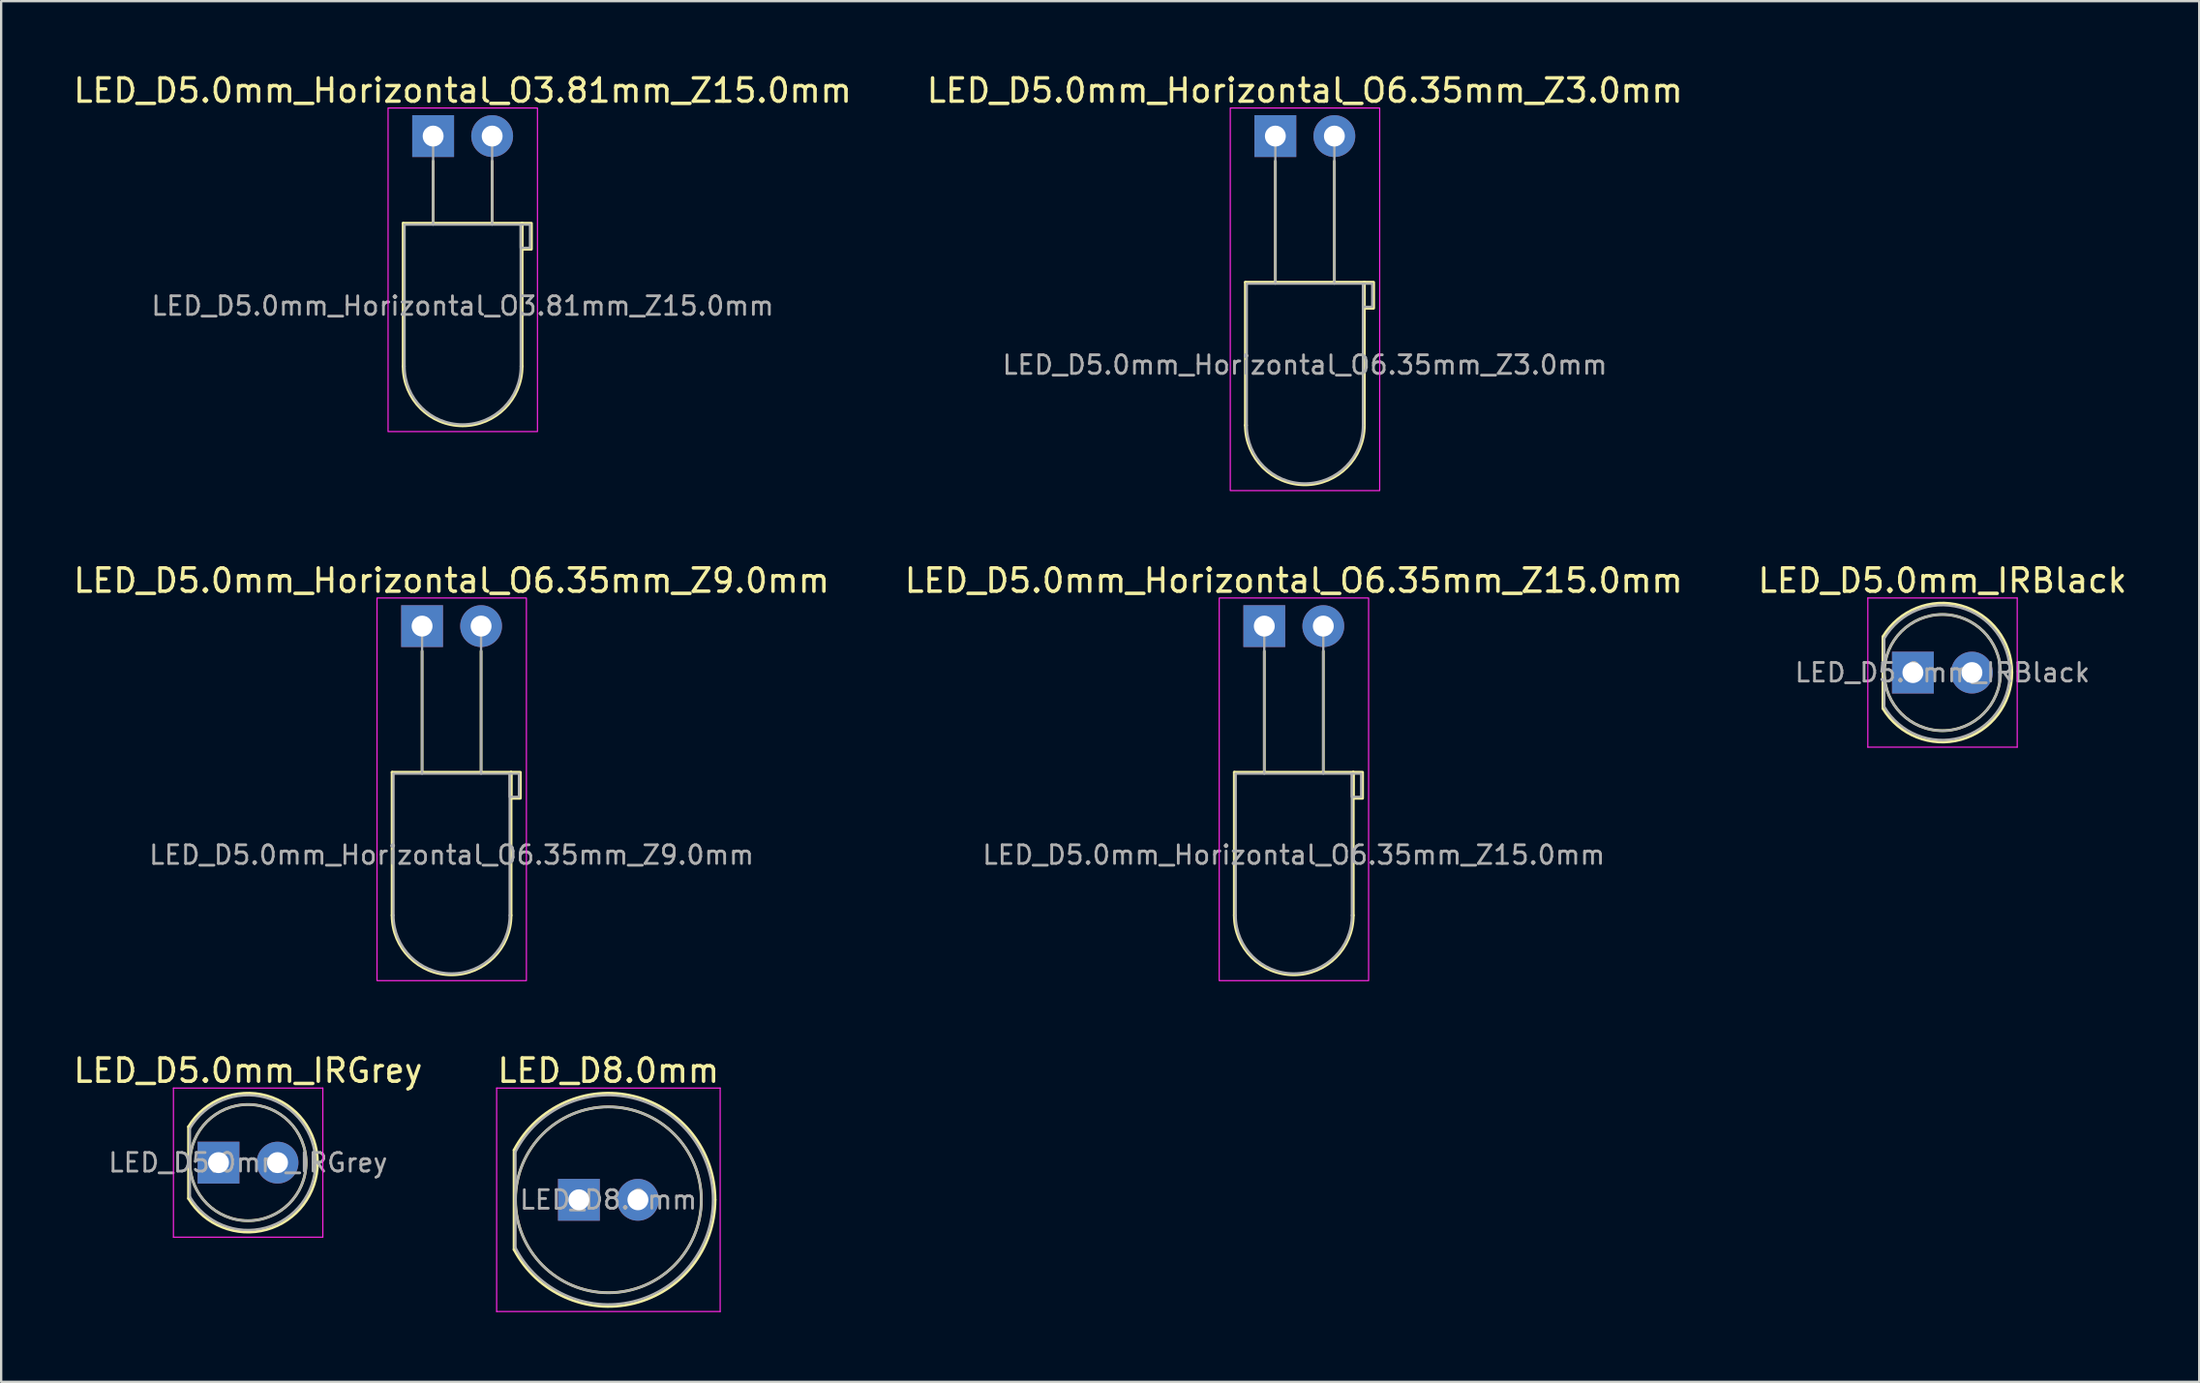
<source format=kicad_pcb>
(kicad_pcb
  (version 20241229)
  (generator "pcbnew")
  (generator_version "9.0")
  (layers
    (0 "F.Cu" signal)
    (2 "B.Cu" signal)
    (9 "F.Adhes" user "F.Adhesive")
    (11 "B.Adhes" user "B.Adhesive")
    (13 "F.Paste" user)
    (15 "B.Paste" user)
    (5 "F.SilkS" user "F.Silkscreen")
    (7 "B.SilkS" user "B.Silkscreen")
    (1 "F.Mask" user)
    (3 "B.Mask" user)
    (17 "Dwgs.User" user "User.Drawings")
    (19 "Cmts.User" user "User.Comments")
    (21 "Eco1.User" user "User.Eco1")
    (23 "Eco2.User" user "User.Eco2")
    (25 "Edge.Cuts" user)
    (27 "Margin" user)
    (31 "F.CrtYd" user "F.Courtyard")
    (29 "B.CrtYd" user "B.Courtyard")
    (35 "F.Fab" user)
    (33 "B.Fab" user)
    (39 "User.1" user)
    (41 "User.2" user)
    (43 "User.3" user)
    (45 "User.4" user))
  (footprint "LED_D5.0mm_Horizontal_O6.35mm_Z15.0mm"
    (layer "F.Cu")
    (at 51.367 23.901)
    (property "Reference" "LED_D5.0mm_Horizontal_O6.35mm_Z15.0mm" (at 1.27 -1.96 0) (layer "F.SilkS") (effects (font (size 1 1) (thickness 0.15))))
    (attr through_hole)
    (fp_line (start -1.29 6.29) (end -1.29 12.45) (stroke (width 0.12) (type solid)) (layer "F.SilkS"))
    (fp_line (start -1.29 6.29) (end 3.83 6.29) (stroke (width 0.12) (type solid)) (layer "F.SilkS"))
    (fp_line (start 3.83 6.29) (end 3.83 12.45) (stroke (width 0.12) (type solid)) (layer "F.SilkS"))
    (fp_rect (start 0 1.08) (end 0 6.29) (stroke (width 0.12) (type solid)) (fill no) (layer "F.SilkS"))
    (fp_rect (start 2.54 1.08) (end 2.54 6.29) (stroke (width 0.12) (type solid)) (fill no) (layer "F.SilkS"))
    (fp_rect (start 3.83 6.29) (end 4.23 7.41) (stroke (width 0.12) (type solid)) (fill no) (layer "F.SilkS"))
    (fp_arc (start 3.83 12.45) (mid 1.27 15.01) (end -1.29 12.45) (stroke (width 0.12) (type solid)) (layer "F.SilkS"))
    (fp_rect (start -1.94 -1.21) (end 4.49 15.26) (stroke (width 0.05) (type solid)) (fill no) (layer "F.CrtYd"))
    (fp_line (start -1.23 6.35) (end -1.23 12.45) (stroke (width 0.1) (type solid)) (layer "F.Fab"))
    (fp_line (start -1.23 6.35) (end 3.77 6.35) (stroke (width 0.1) (type solid)) (layer "F.Fab"))
    (fp_line (start 3.77 6.35) (end 3.77 12.45) (stroke (width 0.1) (type solid)) (layer "F.Fab"))
    (fp_rect (start 0 0) (end 0 6.35) (stroke (width 0.1) (type solid)) (fill no) (layer "F.Fab"))
    (fp_rect (start 2.54 0) (end 2.54 6.35) (stroke (width 0.1) (type solid)) (fill no) (layer "F.Fab"))
    (fp_rect (start 3.77 6.35) (end 4.17 7.35) (stroke (width 0.1) (type solid)) (fill no) (layer "F.Fab"))
    (fp_arc (start 3.77 12.45) (mid 1.27 14.95) (end -1.23 12.45) (stroke (width 0.1) (type solid)) (layer "F.Fab"))
    (fp_text user "${REFERENCE}" (at 1.27 9.85 0) (layer "F.Fab") (effects (font (size 0.8 0.8) (thickness 0.12))))
    (pad "1" thru_hole rect (at 0 0) (size 1.8 1.8) (drill 0.9) (layers "*.Cu" "*.Mask"))
    (pad "2" thru_hole circle (at 2.54 0) (size 1.8 1.8) (drill 0.9) (layers "*.Cu" "*.Mask")))
  (footprint "LED_D5.0mm_Horizontal_O3.81mm_Z15.0mm"
    (layer "F.Cu")
    (at 15.593 2.808)
    (property "Reference" "LED_D5.0mm_Horizontal_O3.81mm_Z15.0mm" (at 1.27 -1.96 0) (layer "F.SilkS") (effects (font (size 1 1) (thickness 0.15))))
    (attr through_hole)
    (fp_line (start -1.29 3.75) (end -1.29 9.91) (stroke (width 0.12) (type solid)) (layer "F.SilkS"))
    (fp_line (start -1.29 3.75) (end 3.83 3.75) (stroke (width 0.12) (type solid)) (layer "F.SilkS"))
    (fp_line (start 3.83 3.75) (end 3.83 9.91) (stroke (width 0.12) (type solid)) (layer "F.SilkS"))
    (fp_rect (start 0 1.08) (end 0 3.75) (stroke (width 0.12) (type solid)) (fill no) (layer "F.SilkS"))
    (fp_rect (start 2.54 1.08) (end 2.54 3.75) (stroke (width 0.12) (type solid)) (fill no) (layer "F.SilkS"))
    (fp_rect (start 3.83 3.75) (end 4.23 4.87) (stroke (width 0.12) (type solid)) (fill no) (layer "F.SilkS"))
    (fp_arc (start 3.83 9.91) (mid 1.27 12.47) (end -1.29 9.91) (stroke (width 0.12) (type solid)) (layer "F.SilkS"))
    (fp_rect (start -1.94 -1.21) (end 4.49 12.72) (stroke (width 0.05) (type solid)) (fill no) (layer "F.CrtYd"))
    (fp_line (start -1.23 3.81) (end -1.23 9.91) (stroke (width 0.1) (type solid)) (layer "F.Fab"))
    (fp_line (start -1.23 3.81) (end 3.77 3.81) (stroke (width 0.1) (type solid)) (layer "F.Fab"))
    (fp_line (start 3.77 3.81) (end 3.77 9.91) (stroke (width 0.1) (type solid)) (layer "F.Fab"))
    (fp_rect (start 0 0) (end 0 3.81) (stroke (width 0.1) (type solid)) (fill no) (layer "F.Fab"))
    (fp_rect (start 2.54 0) (end 2.54 3.81) (stroke (width 0.1) (type solid)) (fill no) (layer "F.Fab"))
    (fp_rect (start 3.77 3.81) (end 4.17 4.81) (stroke (width 0.1) (type solid)) (fill no) (layer "F.Fab"))
    (fp_arc (start 3.77 9.91) (mid 1.27 12.41) (end -1.23 9.91) (stroke (width 0.1) (type solid)) (layer "F.Fab"))
    (fp_text user "${REFERENCE}" (at 1.27 7.31 0) (layer "F.Fab") (effects (font (size 0.8 0.8) (thickness 0.12))))
    (pad "1" thru_hole rect (at 0 0) (size 1.8 1.8) (drill 0.9) (layers "*.Cu" "*.Mask"))
    (pad "2" thru_hole circle (at 2.54 0) (size 1.8 1.8) (drill 0.9) (layers "*.Cu" "*.Mask")))
  (footprint "LED_D5.0mm_IRBlack"
    (layer "F.Cu")
    (at 79.284 25.901)
    (property "Reference" "LED_D5.0mm_IRBlack" (at 1.27 -3.96 0) (layer "F.SilkS") (effects (font (size 1 1) (thickness 0.15))))
    (attr through_hole)
    (fp_line (start -1.29 -1.545) (end -1.29 1.545) (stroke (width 0.12) (type solid)) (layer "F.SilkS"))
    (fp_arc (start -1.29 -1.54483) (mid 2.071756 -2.880501) (end 4.26 -0.000048) (stroke (width 0.12) (type solid)) (layer "F.SilkS"))
    (fp_arc (start 4.26 0.000048) (mid 2.071756 2.880501) (end -1.29 1.54483) (stroke (width 0.12) (type solid)) (layer "F.SilkS"))
    (fp_circle (center 1.27 0) (end 3.77 0) (stroke (width 0.12) (type solid)) (fill no) (layer "F.SilkS"))
    (fp_line (start -1.94 -3.21) (end -1.94 3.21) (stroke (width 0.05) (type solid)) (layer "F.CrtYd"))
    (fp_line (start -1.94 3.21) (end 4.49 3.21) (stroke (width 0.05) (type solid)) (layer "F.CrtYd"))
    (fp_line (start 4.49 -3.21) (end -1.94 -3.21) (stroke (width 0.05) (type solid)) (layer "F.CrtYd"))
    (fp_line (start 4.49 3.21) (end 4.49 -3.21) (stroke (width 0.05) (type solid)) (layer "F.CrtYd"))
    (fp_line (start -1.23 -1.47) (end -1.23 1.47) (stroke (width 0.1) (type solid)) (layer "F.Fab"))
    (fp_arc (start -1.23 -1.469694) (mid 4.17 -0.000045) (end -1.229954 1.469772) (stroke (width 0.1) (type solid)) (layer "F.Fab"))
    (fp_circle (center 1.27 0) (end 3.77 0) (stroke (width 0.1) (type solid)) (fill no) (layer "F.Fab"))
    (fp_text user "${REFERENCE}" (at 1.27 0 0) (layer "F.Fab") (effects (font (size 0.8 0.8) (thickness 0.12))))
    (pad "1" thru_hole rect (at 0 0) (size 1.8 1.8) (drill 0.9) (layers "*.Cu" "*.Mask"))
    (pad "2" thru_hole circle (at 2.54 0) (size 1.8 1.8) (drill 0.9) (layers "*.Cu" "*.Mask")))
  (footprint "LED_D5.0mm_Horizontal_O6.35mm_Z9.0mm"
    (layer "F.Cu")
    (at 15.117 23.901)
    (property "Reference" "LED_D5.0mm_Horizontal_O6.35mm_Z9.0mm" (at 1.27 -1.96 0) (layer "F.SilkS") (effects (font (size 1 1) (thickness 0.15))))
    (attr through_hole)
    (fp_line (start -1.29 6.29) (end -1.29 12.45) (stroke (width 0.12) (type solid)) (layer "F.SilkS"))
    (fp_line (start -1.29 6.29) (end 3.83 6.29) (stroke (width 0.12) (type solid)) (layer "F.SilkS"))
    (fp_line (start 3.83 6.29) (end 3.83 12.45) (stroke (width 0.12) (type solid)) (layer "F.SilkS"))
    (fp_rect (start 0 1.08) (end 0 6.29) (stroke (width 0.12) (type solid)) (fill no) (layer "F.SilkS"))
    (fp_rect (start 2.54 1.08) (end 2.54 6.29) (stroke (width 0.12) (type solid)) (fill no) (layer "F.SilkS"))
    (fp_rect (start 3.83 6.29) (end 4.23 7.41) (stroke (width 0.12) (type solid)) (fill no) (layer "F.SilkS"))
    (fp_arc (start 3.83 12.45) (mid 1.27 15.01) (end -1.29 12.45) (stroke (width 0.12) (type solid)) (layer "F.SilkS"))
    (fp_rect (start -1.94 -1.21) (end 4.49 15.26) (stroke (width 0.05) (type solid)) (fill no) (layer "F.CrtYd"))
    (fp_line (start -1.23 6.35) (end -1.23 12.45) (stroke (width 0.1) (type solid)) (layer "F.Fab"))
    (fp_line (start -1.23 6.35) (end 3.77 6.35) (stroke (width 0.1) (type solid)) (layer "F.Fab"))
    (fp_line (start 3.77 6.35) (end 3.77 12.45) (stroke (width 0.1) (type solid)) (layer "F.Fab"))
    (fp_rect (start 0 0) (end 0 6.35) (stroke (width 0.1) (type solid)) (fill no) (layer "F.Fab"))
    (fp_rect (start 2.54 0) (end 2.54 6.35) (stroke (width 0.1) (type solid)) (fill no) (layer "F.Fab"))
    (fp_rect (start 3.77 6.35) (end 4.17 7.35) (stroke (width 0.1) (type solid)) (fill no) (layer "F.Fab"))
    (fp_arc (start 3.77 12.45) (mid 1.27 14.95) (end -1.23 12.45) (stroke (width 0.1) (type solid)) (layer "F.Fab"))
    (fp_text user "${REFERENCE}" (at 1.27 9.85 0) (layer "F.Fab") (effects (font (size 0.8 0.8) (thickness 0.12))))
    (pad "1" thru_hole rect (at 0 0) (size 1.8 1.8) (drill 0.9) (layers "*.Cu" "*.Mask"))
    (pad "2" thru_hole circle (at 2.54 0) (size 1.8 1.8) (drill 0.9) (layers "*.Cu" "*.Mask")))
  (footprint "LED_D5.0mm_IRGrey"
    (layer "F.Cu")
    (at 6.355 46.995)
    (property "Reference" "LED_D5.0mm_IRGrey" (at 1.27 -3.96 0) (layer "F.SilkS") (effects (font (size 1 1) (thickness 0.15))))
    (attr through_hole)
    (fp_line (start -1.29 -1.545) (end -1.29 1.545) (stroke (width 0.12) (type solid)) (layer "F.SilkS"))
    (fp_arc (start -1.29 -1.54483) (mid 2.071756 -2.880501) (end 4.26 -0.000048) (stroke (width 0.12) (type solid)) (layer "F.SilkS"))
    (fp_arc (start 4.26 0.000048) (mid 2.071756 2.880501) (end -1.29 1.54483) (stroke (width 0.12) (type solid)) (layer "F.SilkS"))
    (fp_circle (center 1.27 0) (end 3.77 0) (stroke (width 0.12) (type solid)) (fill no) (layer "F.SilkS"))
    (fp_line (start -1.94 -3.21) (end -1.94 3.21) (stroke (width 0.05) (type solid)) (layer "F.CrtYd"))
    (fp_line (start -1.94 3.21) (end 4.49 3.21) (stroke (width 0.05) (type solid)) (layer "F.CrtYd"))
    (fp_line (start 4.49 -3.21) (end -1.94 -3.21) (stroke (width 0.05) (type solid)) (layer "F.CrtYd"))
    (fp_line (start 4.49 3.21) (end 4.49 -3.21) (stroke (width 0.05) (type solid)) (layer "F.CrtYd"))
    (fp_line (start -1.23 -1.47) (end -1.23 1.47) (stroke (width 0.1) (type solid)) (layer "F.Fab"))
    (fp_arc (start -1.23 -1.469694) (mid 4.17 -0.000045) (end -1.229954 1.469772) (stroke (width 0.1) (type solid)) (layer "F.Fab"))
    (fp_circle (center 1.27 0) (end 3.77 0) (stroke (width 0.1) (type solid)) (fill no) (layer "F.Fab"))
    (fp_text user "${REFERENCE}" (at 1.27 0 0) (layer "F.Fab") (effects (font (size 0.8 0.8) (thickness 0.12))))
    (pad "1" thru_hole rect (at 0 0) (size 1.8 1.8) (drill 0.9) (layers "*.Cu" "*.Mask"))
    (pad "2" thru_hole circle (at 2.54 0) (size 1.8 1.8) (drill 0.9) (layers "*.Cu" "*.Mask")))
  (footprint "LED_D5.0mm_Horizontal_O6.35mm_Z3.0mm"
    (layer "F.Cu")
    (at 51.843 2.808)
    (property "Reference" "LED_D5.0mm_Horizontal_O6.35mm_Z3.0mm" (at 1.27 -1.96 0) (layer "F.SilkS") (effects (font (size 1 1) (thickness 0.15))))
    (attr through_hole)
    (fp_line (start -1.29 6.29) (end -1.29 12.45) (stroke (width 0.12) (type solid)) (layer "F.SilkS"))
    (fp_line (start -1.29 6.29) (end 3.83 6.29) (stroke (width 0.12) (type solid)) (layer "F.SilkS"))
    (fp_line (start 3.83 6.29) (end 3.83 12.45) (stroke (width 0.12) (type solid)) (layer "F.SilkS"))
    (fp_rect (start 0 1.08) (end 0 6.29) (stroke (width 0.12) (type solid)) (fill no) (layer "F.SilkS"))
    (fp_rect (start 2.54 1.08) (end 2.54 6.29) (stroke (width 0.12) (type solid)) (fill no) (layer "F.SilkS"))
    (fp_rect (start 3.83 6.29) (end 4.23 7.41) (stroke (width 0.12) (type solid)) (fill no) (layer "F.SilkS"))
    (fp_arc (start 3.83 12.45) (mid 1.27 15.01) (end -1.29 12.45) (stroke (width 0.12) (type solid)) (layer "F.SilkS"))
    (fp_rect (start -1.94 -1.21) (end 4.49 15.26) (stroke (width 0.05) (type solid)) (fill no) (layer "F.CrtYd"))
    (fp_line (start -1.23 6.35) (end -1.23 12.45) (stroke (width 0.1) (type solid)) (layer "F.Fab"))
    (fp_line (start -1.23 6.35) (end 3.77 6.35) (stroke (width 0.1) (type solid)) (layer "F.Fab"))
    (fp_line (start 3.77 6.35) (end 3.77 12.45) (stroke (width 0.1) (type solid)) (layer "F.Fab"))
    (fp_rect (start 0 0) (end 0 6.35) (stroke (width 0.1) (type solid)) (fill no) (layer "F.Fab"))
    (fp_rect (start 2.54 0) (end 2.54 6.35) (stroke (width 0.1) (type solid)) (fill no) (layer "F.Fab"))
    (fp_rect (start 3.77 6.35) (end 4.17 7.35) (stroke (width 0.1) (type solid)) (fill no) (layer "F.Fab"))
    (fp_arc (start 3.77 12.45) (mid 1.27 14.95) (end -1.23 12.45) (stroke (width 0.1) (type solid)) (layer "F.Fab"))
    (fp_text user "${REFERENCE}" (at 1.27 9.85 0) (layer "F.Fab") (effects (font (size 0.8 0.8) (thickness 0.12))))
    (pad "1" thru_hole rect (at 0 0) (size 1.8 1.8) (drill 0.9) (layers "*.Cu" "*.Mask"))
    (pad "2" thru_hole circle (at 2.54 0) (size 1.8 1.8) (drill 0.9) (layers "*.Cu" "*.Mask")))
  (footprint "LED_D8.0mm"
    (layer "F.Cu")
    (at 21.867 48.595)
    (property "Reference" "LED_D8.0mm" (at 1.27 -5.56 0) (layer "F.SilkS") (effects (font (size 1 1) (thickness 0.15))))
    (attr through_hole)
    (fp_line (start -2.79 -2.141) (end -2.79 2.141) (stroke (width 0.12) (type solid)) (layer "F.SilkS"))
    (fp_arc (start -2.79 -2.141145) (mid 2.372851 -4.455538) (end 5.86 -0.000066) (stroke (width 0.12) (type solid)) (layer "F.SilkS"))
    (fp_arc (start 5.86 0.000066) (mid 2.372851 4.455538) (end -2.79 2.141145) (stroke (width 0.12) (type solid)) (layer "F.SilkS"))
    (fp_circle (center 1.27 0) (end 5.27 0) (stroke (width 0.12) (type solid)) (fill no) (layer "F.SilkS"))
    (fp_line (start -3.54 -4.81) (end -3.54 4.81) (stroke (width 0.05) (type solid)) (layer "F.CrtYd"))
    (fp_line (start -3.54 4.81) (end 6.08 4.81) (stroke (width 0.05) (type solid)) (layer "F.CrtYd"))
    (fp_line (start 6.08 -4.81) (end -3.54 -4.81) (stroke (width 0.05) (type solid)) (layer "F.CrtYd"))
    (fp_line (start 6.08 4.81) (end 6.08 -4.81) (stroke (width 0.05) (type solid)) (layer "F.CrtYd"))
    (fp_line (start -2.73 -2.062) (end -2.73 2.062) (stroke (width 0.1) (type solid)) (layer "F.Fab"))
    (fp_arc (start -2.73 -2.061553) (mid 5.77 -0.000063) (end -2.729942 2.061665) (stroke (width 0.1) (type solid)) (layer "F.Fab"))
    (fp_circle (center 1.27 0) (end 5.27 0) (stroke (width 0.1) (type solid)) (fill no) (layer "F.Fab"))
    (fp_text user "${REFERENCE}" (at 1.27 0 0) (layer "F.Fab") (effects (font (size 0.8 0.8) (thickness 0.12))))
    (pad "1" thru_hole rect (at 0 0) (size 1.8 1.8) (drill 0.9) (layers "*.Cu" "*.Mask"))
    (pad "2" thru_hole circle (at 2.54 0) (size 1.8 1.8) (drill 0.9) (layers "*.Cu" "*.Mask")))
  (gr_rect
    (start -3 -3)
    (end 91.607 56.43)
    (stroke (width 0.1) (type default))
    (fill no)
    (layer "Edge.Cuts")))
</source>
